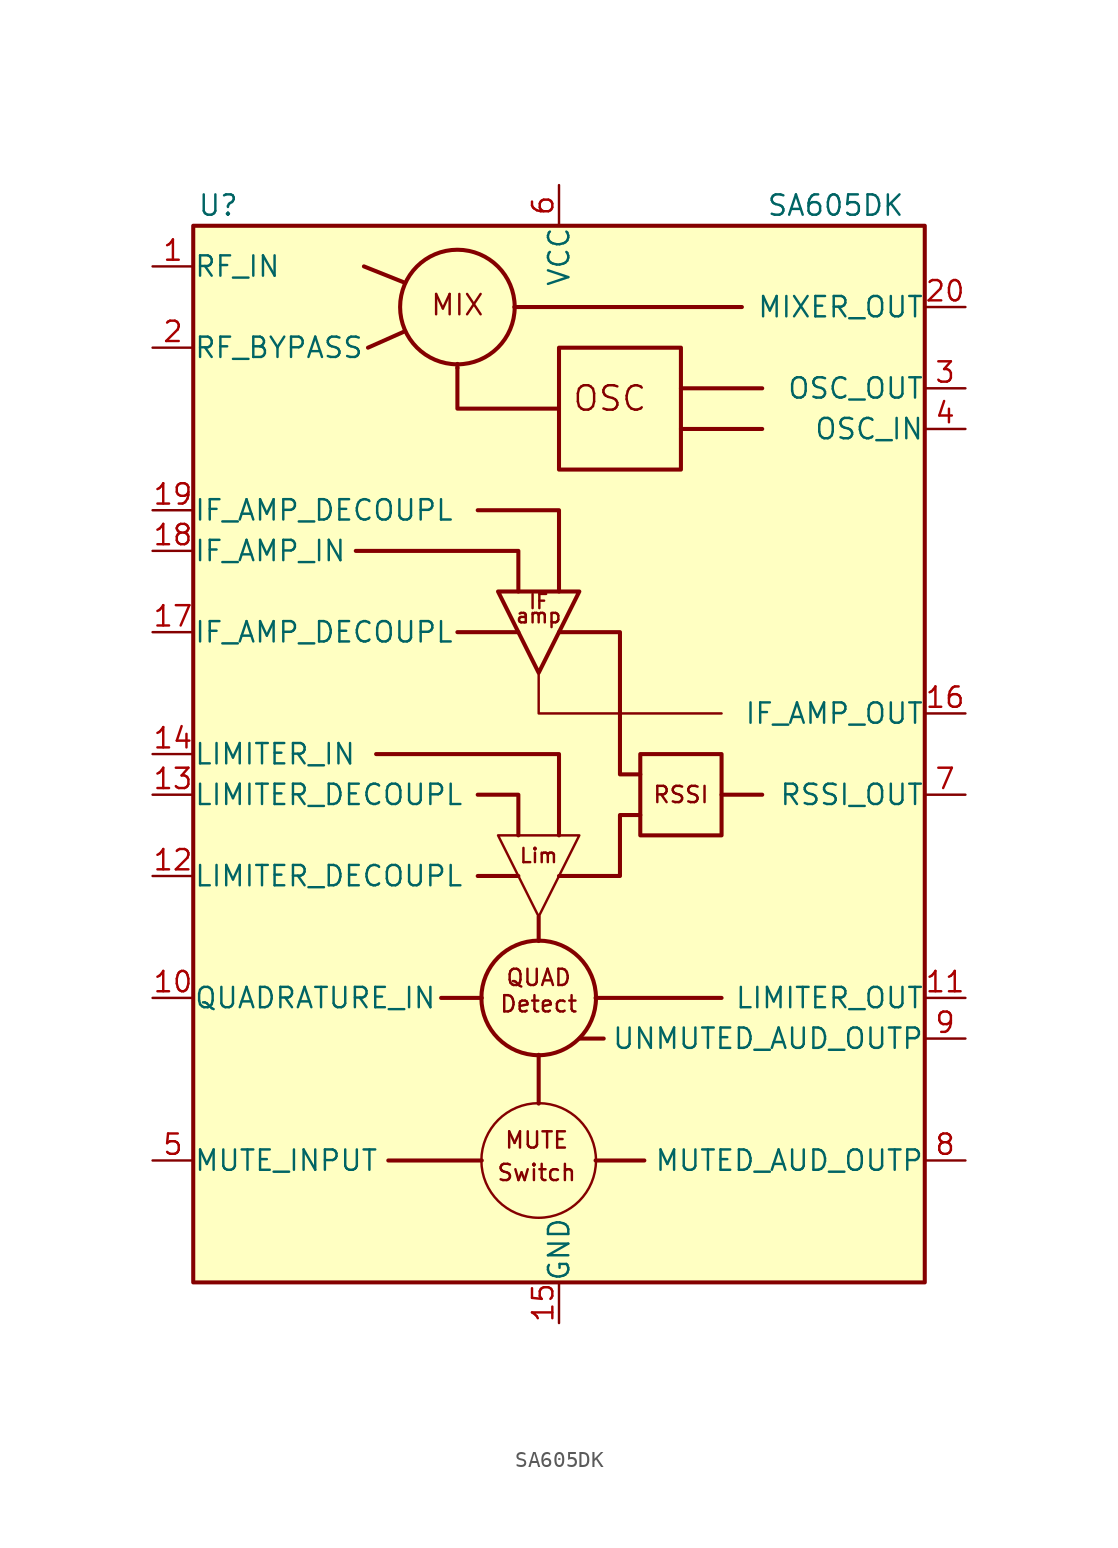
<source format=kicad_sym>
(kicad_symbol_lib
  (version 20211014)
  (generator kicad_symbol_editor)
  (symbol "SA605DK"
    (pin_names
      (offset 0.025))
    (property "Reference" "U"
      (at -22.606 24.13 0)
      (effects (font (size 1.27 1.27)) (justify left)))
    (property "Value" "SA605DK"
      (at 12.954 24.13 0)
      (effects (font (size 1.27 1.27)) (justify left)))
    (symbol "SA605DK_0_0"
      (circle (center -1.27 -35.56) (radius 3.581) (stroke (width 0) (type default) (color 0 0 0 0)) (fill (type none)))
      (circle (center -1.27 -25.4) (radius 3.581) (stroke (width 0.254) (type default) (color 0 0 0 0)) (fill (type none)))
      (polyline (pts (xy -12.192 20.32) (xy -9.652 19.304)) (stroke (width 0.254) (type default) (color 0 0 0 0)) (fill (type none)))
      (polyline (pts (xy -11.938 15.24) (xy -9.652 16.256)) (stroke (width 0.254) (type default) (color 0 0 0 0)) (fill (type none)))
      (polyline (pts (xy -6.35 -2.54) (xy -2.54 -2.54)) (stroke (width 0.254) (type default) (color 0 0 0 0)) (fill (type none)))
      (polyline (pts (xy -6.35 13.97) (xy -6.35 14.224)) (stroke (width 0.254) (type default) (color 0 0 0 0)) (fill (type none)))
      (polyline (pts (xy -4.826 -35.56) (xy -10.668 -35.56)) (stroke (width 0.254) (type default) (color 0 0 0 0)) (fill (type none)))
      (polyline (pts (xy -4.826 -25.4) (xy -7.366 -25.4)) (stroke (width 0.254) (type default) (color 0 0 0 0)) (fill (type none)))
      (polyline (pts (xy -2.54 -17.78) (xy -5.08 -17.78)) (stroke (width 0.254) (type default) (color 0 0 0 0)) (fill (type none)))
      (polyline (pts (xy -2.54 17.78) (xy -2.794 17.78)) (stroke (width 0.254) (type default) (color 0 0 0 0)) (fill (type none)))
      (polyline (pts (xy -1.27 -28.956) (xy -1.27 -32.004)) (stroke (width 0.254) (type default) (color 0 0 0 0)) (fill (type none)))
      (polyline (pts (xy -1.27 -20.32) (xy -1.27 -21.844)) (stroke (width 0.254) (type default) (color 0 0 0 0)) (fill (type none)))
      (polyline (pts (xy 1.27 -27.94) (xy 2.794 -27.94)) (stroke (width 0.254) (type default) (color 0 0 0 0)) (fill (type none)))
      (polyline (pts (xy 2.286 -35.56) (xy 5.334 -35.56)) (stroke (width 0.254) (type default) (color 0 0 0 0)) (fill (type none)))
      (polyline (pts (xy 2.286 -25.4) (xy 10.16 -25.4)) (stroke (width 0.254) (type default) (color 0 0 0 0)) (fill (type none)))
      (polyline (pts (xy 7.62 10.16) (xy 12.7 10.16)) (stroke (width 0.254) (type default) (color 0 0 0 0)) (fill (type none)))
      (polyline (pts (xy 10.16 -12.7) (xy 12.7 -12.7)) (stroke (width 0.254) (type default) (color 0 0 0 0)) (fill (type none)))
      (polyline (pts (xy 11.43 17.78) (xy -2.54 17.78)) (stroke (width 0.254) (type default) (color 0 0 0 0)) (fill (type none)))
      (polyline (pts (xy 12.7 12.7) (xy 7.62 12.7)) (stroke (width 0.254) (type default) (color 0 0 0 0)) (fill (type none)))
      (polyline (pts (xy -12.7 2.54) (xy -2.54 2.54) (xy -2.54 0)) (stroke (width 0.254) (type default) (color 0 0 0 0)) (fill (type none)))
      (polyline (pts (xy -11.43 -10.16) (xy 0 -10.16) (xy 0 -15.24)) (stroke (width 0.254) (type default) (color 0 0 0 0)) (fill (type none)))
      (polyline (pts (xy -5.08 5.08) (xy 0 5.08) (xy 0 0)) (stroke (width 0.254) (type default) (color 0 0 0 0)) (fill (type none)))
      (polyline (pts (xy -2.54 -15.24) (xy -2.54 -12.7) (xy -5.08 -12.7)) (stroke (width 0.254) (type default) (color 0 0 0 0)) (fill (type none)))
      (polyline (pts (xy 0 11.43) (xy -6.35 11.43) (xy -6.35 13.97)) (stroke (width 0.254) (type default) (color 0 0 0 0)) (fill (type none)))
      (polyline (pts (xy 0 -17.78) (xy 3.81 -17.78) (xy 3.81 -13.97) (xy 5.08 -13.97)) (stroke (width 0.254) (type default) (color 0 0 0 0)) (fill (type none)))
      (polyline (pts (xy 0 -2.54) (xy 3.81 -2.54) (xy 3.81 -11.43) (xy 5.08 -11.43)) (stroke (width 0.254) (type default) (color 0 0 0 0)) (fill (type none)))
      (polyline (pts (xy 1.27 -15.24) (xy -3.81 -15.24) (xy -1.27 -20.32) (xy 1.27 -15.24) (xy 1.27 -15.24)) (stroke (width 0) (type default) (color 0 0 0 0)) (fill (type background)))
      (polyline (pts (xy 1.27 0) (xy -3.81 0) (xy -1.27 -5.08) (xy 1.27 0) (xy 1.27 0)) (stroke (width 0.254) (type default) (color 0 0 0 0)) (fill (type background)))
      (text "amp" (at -1.27 -1.524 0) (effects (font (size 0.889 0.889))))
      (text "Detect" (at -1.27 -25.781 0) (effects (font (size 1.016 1.016))))
      (text "IF" (at -1.27 -0.635 0) (effects (font (size 0.889 0.889))))
      (text "Lim" (at -1.27 -16.51 0) (effects (font (size 0.889 0.889))))
      (text "MIX" (at -6.35 17.907 0) (effects (font (size 1.27 1.27))))
      (text "MUTE" (at -1.397 -34.29 0) (effects (font (size 1.016 1.016))))
      (text "OSC" (at 3.175 12.065 0) (effects (font (size 1.524 1.524))))
      (text "QUAD" (at -1.27 -24.13 0) (effects (font (size 1.016 1.016))))
      (text "RSSI" (at 7.62 -12.7 0) (effects (font (size 1.016 1.016))))
      (text "Switch" (at -1.397 -36.322 0) (effects (font (size 1.016 1.016)))))
    (symbol "SA605DK_0_1"
      (rectangle (start -22.86 22.86) (end 22.86 -43.18) (stroke (width 0.254) (type default) (color 0 0 0 0)) (fill (type background)))
      (circle (center -6.35 17.78) (radius 3.581) (stroke (width 0.254) (type default) (color 0 0 0 0)) (fill (type none)))
      (polyline (pts (xy -1.27 -5.08) (xy -1.27 -7.62) (xy 10.16 -7.62)) (stroke (width 0) (type default) (color 0 0 0 0)) (fill (type none)))
      (rectangle (start 0 15.24) (end 7.62 7.62) (stroke (width 0.254) (type default) (color 0 0 0 0)) (fill (type none)))
      (rectangle (start 5.08 -10.16) (end 10.16 -15.24) (stroke (width 0.254) (type default) (color 0 0 0 0)) (fill (type none))))
    (symbol "SA605DK_1_1"
      (pin input line (at -25.4 20.32 0) (length 2.54) (name "RF_IN" (effects (font (size 1.27 1.27)))) (number "1" (effects (font (size 1.27 1.27)))))
      (pin input line (at -25.4 -25.4 0) (length 2.54) (name "QUADRATURE_IN" (effects (font (size 1.27 1.27)))) (number "10" (effects (font (size 1.27 1.27)))))
      (pin output line (at 25.4 -25.4 180) (length 2.54) (name "LIMITER_OUT" (effects (font (size 1.27 1.27)))) (number "11" (effects (font (size 1.27 1.27)))))
      (pin input line (at -25.4 -17.78 0) (length 2.54) (name "LIMITER_DECOUPL" (effects (font (size 1.27 1.27)))) (number "12" (effects (font (size 1.27 1.27)))))
      (pin input line (at -25.4 -12.7 0) (length 2.54) (name "LIMITER_DECOUPL" (effects (font (size 1.27 1.27)))) (number "13" (effects (font (size 1.27 1.27)))))
      (pin input line (at -25.4 -10.16 0) (length 2.54) (name "LIMITER_IN" (effects (font (size 1.27 1.27)))) (number "14" (effects (font (size 1.27 1.27)))))
      (pin power_in line (at 0 -45.72 90) (length 2.54) (name "GND" (effects (font (size 1.27 1.27)))) (number "15" (effects (font (size 1.27 1.27)))))
      (pin output line (at 25.4 -7.62 180) (length 2.54) (name "IF_AMP_OUT" (effects (font (size 1.27 1.27)))) (number "16" (effects (font (size 1.27 1.27)))))
      (pin input line (at -25.4 -2.54 0) (length 2.54) (name "IF_AMP_DECOUPL" (effects (font (size 1.27 1.27)))) (number "17" (effects (font (size 1.27 1.27)))))
      (pin input line (at -25.4 2.54 0) (length 2.54) (name "IF_AMP_IN" (effects (font (size 1.27 1.27)))) (number "18" (effects (font (size 1.27 1.27)))))
      (pin input line (at -25.4 5.08 0) (length 2.54) (name "IF_AMP_DECOUPL" (effects (font (size 1.27 1.27)))) (number "19" (effects (font (size 1.27 1.27)))))
      (pin input line (at -25.4 15.24 0) (length 2.54) (name "RF_BYPASS" (effects (font (size 1.27 1.27)))) (number "2" (effects (font (size 1.27 1.27)))))
      (pin output line (at 25.4 17.78 180) (length 2.54) (name "MIXER_OUT" (effects (font (size 1.27 1.27)))) (number "20" (effects (font (size 1.27 1.27)))))
      (pin output line (at 25.4 12.7 180) (length 2.54) (name "OSC_OUT" (effects (font (size 1.27 1.27)))) (number "3" (effects (font (size 1.27 1.27)))))
      (pin input line (at 25.4 10.16 180) (length 2.54) (name "OSC_IN" (effects (font (size 1.27 1.27)))) (number "4" (effects (font (size 1.27 1.27)))))
      (pin input line (at -25.4 -35.56 0) (length 2.54) (name "MUTE_INPUT" (effects (font (size 1.27 1.27)))) (number "5" (effects (font (size 1.27 1.27)))))
      (pin power_in line (at 0 25.4 270) (length 2.54) (name "VCC" (effects (font (size 1.27 1.27)))) (number "6" (effects (font (size 1.27 1.27)))))
      (pin output line (at 25.4 -12.7 180) (length 2.54) (name "RSSI_OUT" (effects (font (size 1.27 1.27)))) (number "7" (effects (font (size 1.27 1.27)))))
      (pin output line (at 25.4 -35.56 180) (length 2.54) (name "MUTED_AUD_OUTP" (effects (font (size 1.27 1.27)))) (number "8" (effects (font (size 1.27 1.27)))))
      (pin output line (at 25.4 -27.94 180) (length 2.54) (name "UNMUTED_AUD_OUTP" (effects (font (size 1.27 1.27)))) (number "9" (effects (font (size 1.27 1.27))))))))
</source>
